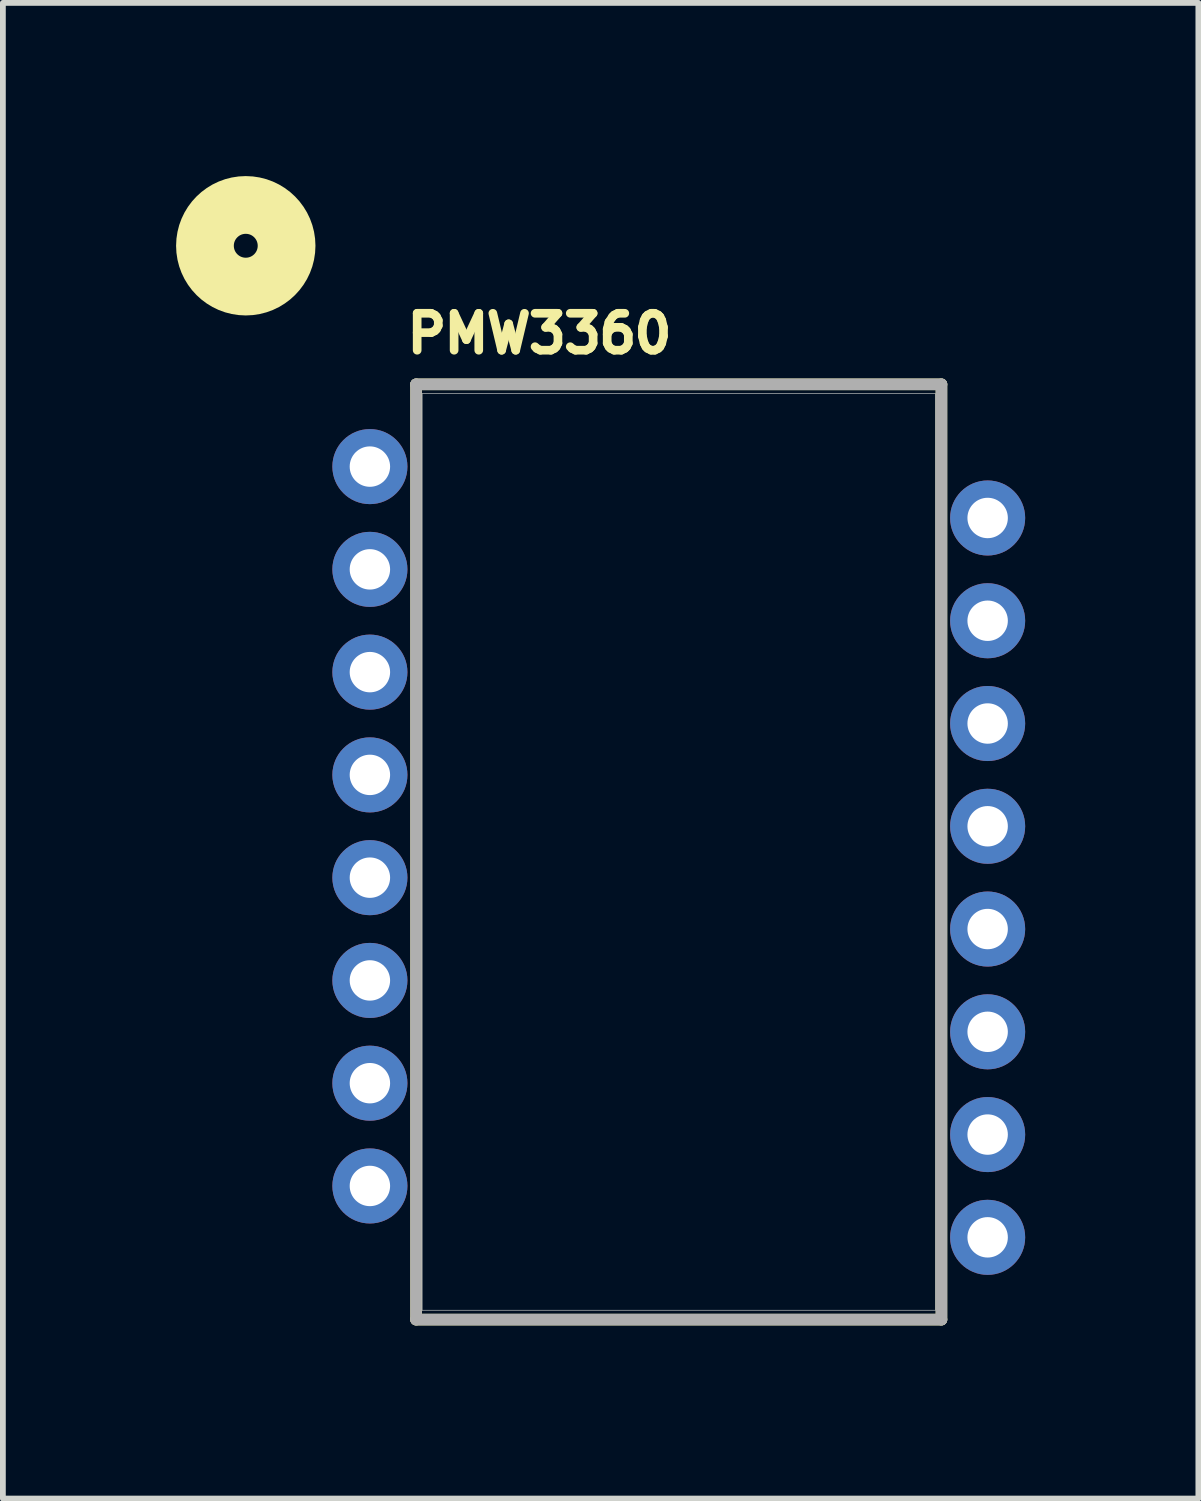
<source format=kicad_pcb>
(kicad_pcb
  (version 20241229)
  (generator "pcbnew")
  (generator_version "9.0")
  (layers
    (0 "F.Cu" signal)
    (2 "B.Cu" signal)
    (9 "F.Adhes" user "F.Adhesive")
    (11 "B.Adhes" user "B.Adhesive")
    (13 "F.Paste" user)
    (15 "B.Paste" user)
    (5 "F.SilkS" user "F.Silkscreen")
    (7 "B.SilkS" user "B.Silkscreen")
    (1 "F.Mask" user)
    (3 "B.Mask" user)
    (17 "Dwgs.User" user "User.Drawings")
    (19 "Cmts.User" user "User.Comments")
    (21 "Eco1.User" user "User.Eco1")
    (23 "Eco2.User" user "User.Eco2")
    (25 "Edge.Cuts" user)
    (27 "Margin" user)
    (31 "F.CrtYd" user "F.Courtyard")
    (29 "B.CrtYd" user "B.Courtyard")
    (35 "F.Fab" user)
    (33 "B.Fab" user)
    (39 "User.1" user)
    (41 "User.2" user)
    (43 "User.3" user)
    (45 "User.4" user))
  (footprint "PMW3360"
    (layer "F.Cu")
    (at 8.707 11.707)
    (property "Reference" "PMW3360" (at -2.413 -8.979 0) (layer "F.SilkS") (effects (font (size 0.64 0.64) (thickness 0.15))))
    (attr through_hole)
    (fp_line (start -4.55 -8.1) (end -4.55 8.1) (stroke (width 0.2) (type solid)) (layer "F.SilkS"))
    (fp_line (start -4.55 8.1) (end 4.55 8.1) (stroke (width 0.2) (type solid)) (layer "F.SilkS"))
    (fp_line (start 4.55 -8.1) (end -4.55 -8.1) (stroke (width 0.2) (type solid)) (layer "F.SilkS"))
    (fp_line (start 4.55 8.1) (end 4.55 -8.1) (stroke (width 0.2) (type solid)) (layer "F.SilkS"))
    (fp_circle (center -7.5 -10.5) (end -6.793 -10.5) (stroke (width 1) (type default)) (fill no) (layer "F.SilkS"))
    (fp_line (start -4.445 -7.938) (end 4.445 -7.938) (stroke (width 0.01) (type solid)) (layer "Edge.Cuts"))
    (fp_line (start -4.445 7.938) (end -4.445 -7.938) (stroke (width 0.01) (type solid)) (layer "Edge.Cuts"))
    (fp_line (start 4.445 -7.938) (end 4.445 7.938) (stroke (width 0.01) (type solid)) (layer "Edge.Cuts"))
    (fp_line (start 4.445 7.938) (end -4.445 7.938) (stroke (width 0.01) (type solid)) (layer "Edge.Cuts"))
    (fp_line (start -4.55 -8.1) (end 4.55 -8.1) (stroke (width 0.2) (type solid)) (layer "F.Fab"))
    (fp_line (start -4.55 8.1) (end -4.55 -8.1) (stroke (width 0.2) (type solid)) (layer "F.Fab"))
    (fp_line (start 4.55 -8.1) (end 4.55 8.1) (stroke (width 0.2) (type solid)) (layer "F.Fab"))
    (fp_line (start 4.55 8.1) (end -4.55 8.1) (stroke (width 0.2) (type solid)) (layer "F.Fab"))
    (pad "1" thru_hole circle (at -5.35 -6.675) (size 1.3 1.3) (drill 0.7) (layers "*.Cu" "*.Mask"))
    (pad "2" thru_hole circle (at -5.35 -4.895) (size 1.3 1.3) (drill 0.7) (layers "*.Cu" "*.Mask"))
    (pad "3" thru_hole circle (at -5.35 -3.115) (size 1.3 1.3) (drill 0.7) (layers "*.Cu" "*.Mask"))
    (pad "4" thru_hole circle (at -5.35 -1.335) (size 1.3 1.3) (drill 0.7) (layers "*.Cu" "*.Mask"))
    (pad "5" thru_hole circle (at -5.35 0.445) (size 1.3 1.3) (drill 0.7) (layers "*.Cu" "*.Mask"))
    (pad "6" thru_hole circle (at -5.35 2.225) (size 1.3 1.3) (drill 0.7) (layers "*.Cu" "*.Mask"))
    (pad "7" thru_hole circle (at -5.35 4.005) (size 1.3 1.3) (drill 0.7) (layers "*.Cu" "*.Mask"))
    (pad "8" thru_hole circle (at -5.35 5.785) (size 1.3 1.3) (drill 0.7) (layers "*.Cu" "*.Mask"))
    (pad "9" thru_hole circle (at 5.35 6.675) (size 1.3 1.3) (drill 0.7) (layers "*.Cu" "*.Mask"))
    (pad "10" thru_hole circle (at 5.35 4.895) (size 1.3 1.3) (drill 0.7) (layers "*.Cu" "*.Mask"))
    (pad "11" thru_hole circle (at 5.35 3.115) (size 1.3 1.3) (drill 0.7) (layers "*.Cu" "*.Mask"))
    (pad "12" thru_hole circle (at 5.35 1.335) (size 1.3 1.3) (drill 0.7) (layers "*.Cu" "*.Mask"))
    (pad "13" thru_hole circle (at 5.35 -0.445) (size 1.3 1.3) (drill 0.7) (layers "*.Cu" "*.Mask"))
    (pad "14" thru_hole circle (at 5.35 -2.225) (size 1.3 1.3) (drill 0.7) (layers "*.Cu" "*.Mask"))
    (pad "15" thru_hole circle (at 5.35 -4.005) (size 1.3 1.3) (drill 0.7) (layers "*.Cu" "*.Mask"))
    (pad "16" thru_hole circle (at 5.35 -5.785) (size 1.3 1.3) (drill 0.7) (layers "*.Cu" "*.Mask"))
    (zone (net_name "") (layer "F.Cu") (hatch full 0.508) (connect_pads) (min_thickness 0.127) (filled_areas_thickness no) (keepout (tracks not_allowed) (vias not_allowed) (pads not_allowed) (copperpour not_allowed) (footprints allowed)) (placement (enabled no)) (fill) (polygon (pts (xy 4.262 3.77) (xy 13.152 3.77) (xy 13.152 19.645) (xy 4.262 19.645))))
    (zone (net_name "") (layer "B.Cu") (hatch full 0.508) (connect_pads) (min_thickness 0.127) (filled_areas_thickness no) (keepout (tracks not_allowed) (vias not_allowed) (pads not_allowed) (copperpour not_allowed) (footprints allowed)) (placement (enabled no)) (fill) (polygon (pts (xy 4.262 3.77) (xy 13.152 3.77) (xy 13.152 19.645) (xy 4.262 19.645)))))
  (gr_rect
    (start -3 -3)
    (end 17.707 22.907)
    (stroke (width 0.1) (type default))
    (fill no)
    (layer "Edge.Cuts")))
</source>
